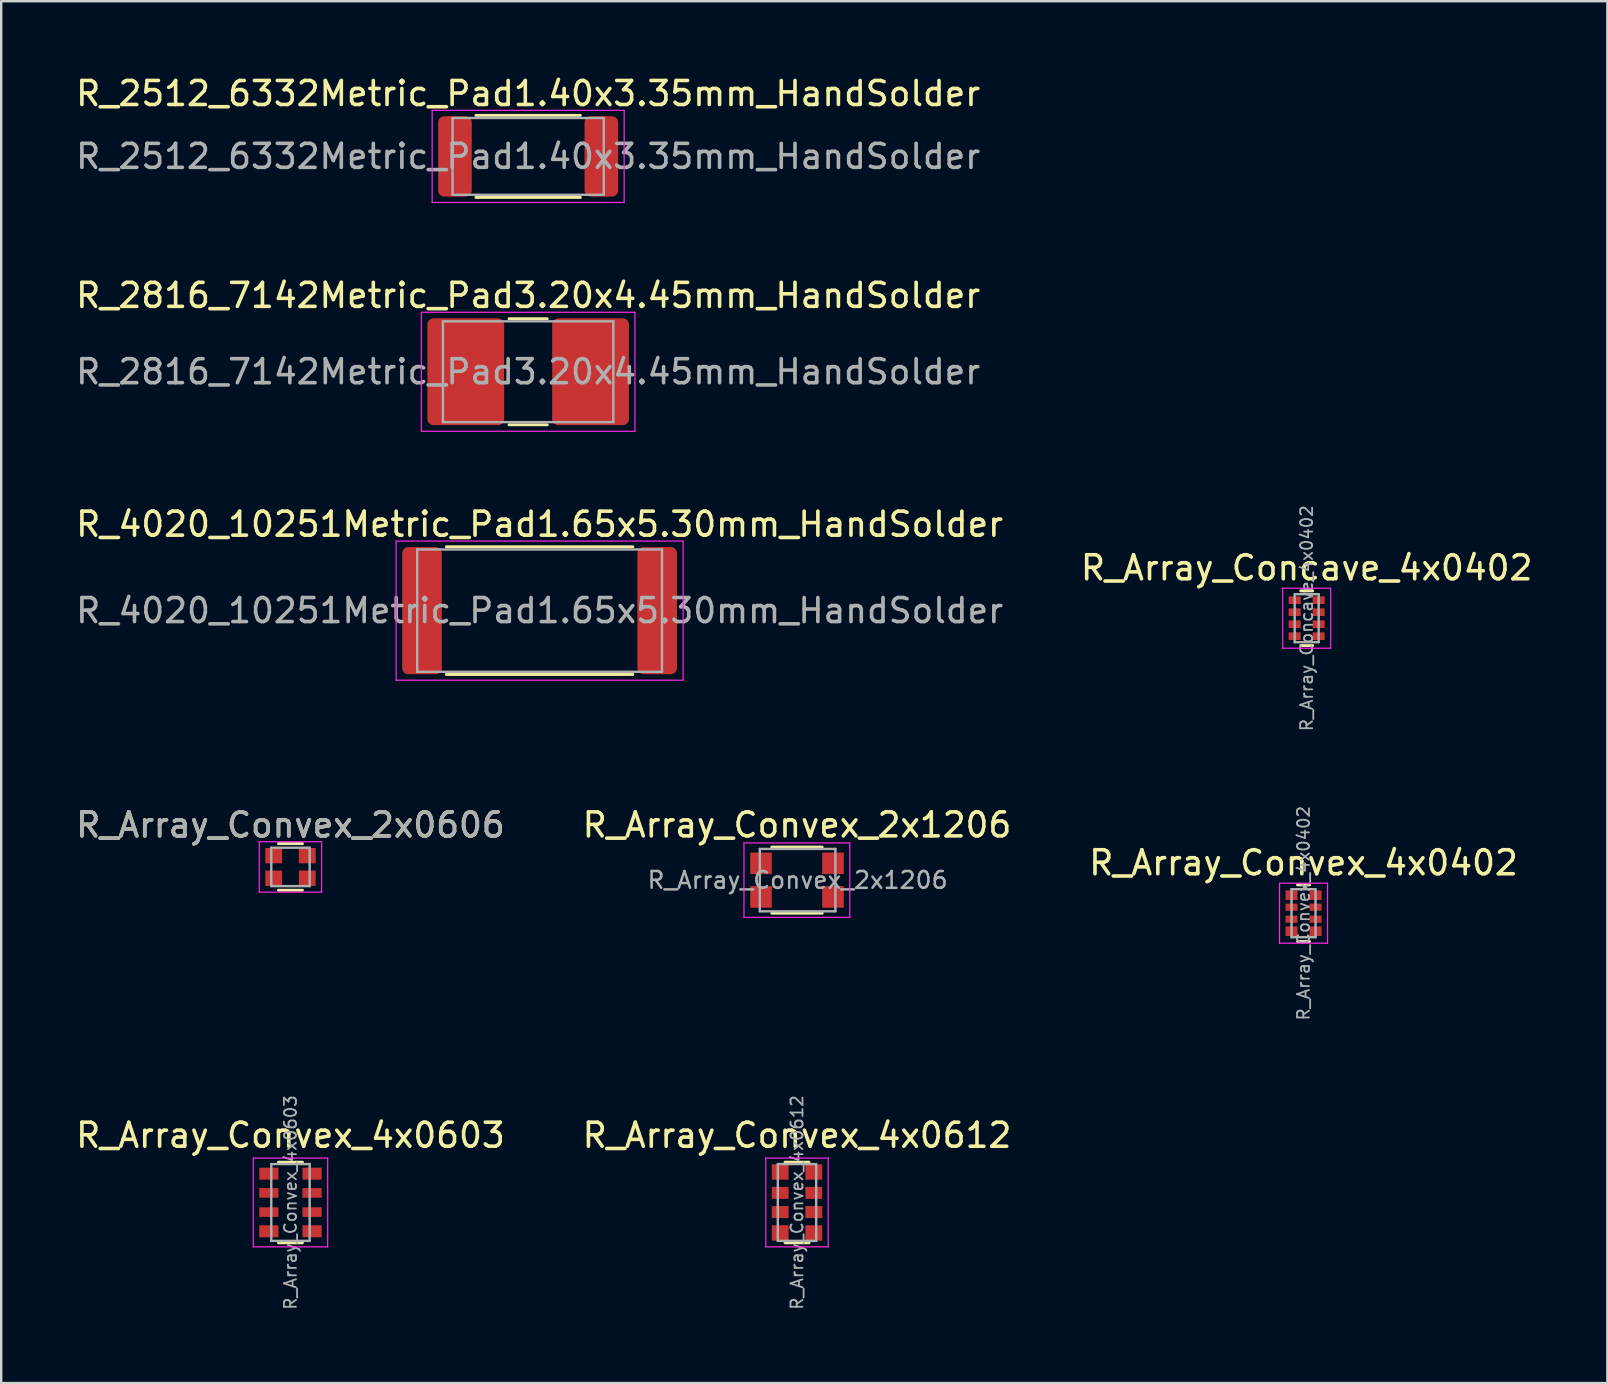
<source format=kicad_pcb>
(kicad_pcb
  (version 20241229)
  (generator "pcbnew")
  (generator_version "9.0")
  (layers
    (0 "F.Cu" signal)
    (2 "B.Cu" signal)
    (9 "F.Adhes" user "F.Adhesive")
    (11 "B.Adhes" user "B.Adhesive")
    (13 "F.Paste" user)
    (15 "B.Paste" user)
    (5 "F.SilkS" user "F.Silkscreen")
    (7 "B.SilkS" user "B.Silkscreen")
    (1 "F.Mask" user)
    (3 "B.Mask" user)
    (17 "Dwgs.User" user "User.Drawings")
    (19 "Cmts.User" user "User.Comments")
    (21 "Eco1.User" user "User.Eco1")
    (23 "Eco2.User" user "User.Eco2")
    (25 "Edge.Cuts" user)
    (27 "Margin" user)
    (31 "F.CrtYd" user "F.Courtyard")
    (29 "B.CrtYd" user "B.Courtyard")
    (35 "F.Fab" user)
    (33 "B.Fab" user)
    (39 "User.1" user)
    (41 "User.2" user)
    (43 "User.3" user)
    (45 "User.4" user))
  (footprint "R_4020_10251Metric_Pad1.65x5.30mm_HandSolder"
    (layer "F.Cu")
    (at 19.435 22.395)
    (property "Reference" "R_4020_10251Metric_Pad1.65x5.30mm_HandSolder" (at 0 -3.6 0) (layer "F.SilkS") (effects (font (size 1 1) (thickness 0.15))))
    (attr smd)
    (fp_line (start -3.886 -2.66) (end 3.886 -2.66) (stroke (width 0.12) (type solid)) (layer "F.SilkS"))
    (fp_line (start -3.886 2.66) (end 3.886 2.66) (stroke (width 0.12) (type solid)) (layer "F.SilkS"))
    (fp_line (start -5.98 -2.9) (end 5.98 -2.9) (stroke (width 0.05) (type solid)) (layer "F.CrtYd"))
    (fp_line (start -5.98 2.9) (end -5.98 -2.9) (stroke (width 0.05) (type solid)) (layer "F.CrtYd"))
    (fp_line (start 5.98 -2.9) (end 5.98 2.9) (stroke (width 0.05) (type solid)) (layer "F.CrtYd"))
    (fp_line (start 5.98 2.9) (end -5.98 2.9) (stroke (width 0.05) (type solid)) (layer "F.CrtYd"))
    (fp_line (start -5.1 -2.55) (end 5.1 -2.55) (stroke (width 0.1) (type solid)) (layer "F.Fab"))
    (fp_line (start -5.1 2.55) (end -5.1 -2.55) (stroke (width 0.1) (type solid)) (layer "F.Fab"))
    (fp_line (start 5.1 -2.55) (end 5.1 2.55) (stroke (width 0.1) (type solid)) (layer "F.Fab"))
    (fp_line (start 5.1 2.55) (end -5.1 2.55) (stroke (width 0.1) (type solid)) (layer "F.Fab"))
    (fp_text user "${REFERENCE}" (at 0 0 0) (layer "F.Fab") (effects (font (size 1 1) (thickness 0.15))))
    (pad "1" smd roundrect (at -4.9 0) (size 1.65 5.3) (layers "F.Cu" "F.Mask" "F.Paste") (roundrect_rratio 0.152))
    (pad "2" smd roundrect (at 4.9 0) (size 1.65 5.3) (layers "F.Cu" "F.Mask" "F.Paste") (roundrect_rratio 0.152)))
  (footprint "R_Array_Convex_4x0603"
    (layer "F.Cu")
    (at 9.054 47.057)
    (property "Reference" "R_Array_Convex_4x0603" (at 0 -2.8 0) (layer "F.SilkS") (effects (font (size 1 1) (thickness 0.15))))
    (attr smd)
    (fp_line (start 0.5 -1.68) (end -0.5 -1.68) (stroke (width 0.12) (type solid)) (layer "F.SilkS"))
    (fp_line (start 0.5 1.68) (end -0.5 1.68) (stroke (width 0.12) (type solid)) (layer "F.SilkS"))
    (fp_line (start -1.55 -1.85) (end -1.55 1.85) (stroke (width 0.05) (type solid)) (layer "F.CrtYd"))
    (fp_line (start -1.55 -1.85) (end 1.55 -1.85) (stroke (width 0.05) (type solid)) (layer "F.CrtYd"))
    (fp_line (start 1.55 1.85) (end -1.55 1.85) (stroke (width 0.05) (type solid)) (layer "F.CrtYd"))
    (fp_line (start 1.55 1.85) (end 1.55 -1.85) (stroke (width 0.05) (type solid)) (layer "F.CrtYd"))
    (fp_line (start -0.8 -1.6) (end 0.8 -1.6) (stroke (width 0.1) (type solid)) (layer "F.Fab"))
    (fp_line (start -0.8 1.6) (end -0.8 -1.6) (stroke (width 0.1) (type solid)) (layer "F.Fab"))
    (fp_line (start 0.8 -1.6) (end 0.8 1.6) (stroke (width 0.1) (type solid)) (layer "F.Fab"))
    (fp_line (start 0.8 1.6) (end -0.8 1.6) (stroke (width 0.1) (type solid)) (layer "F.Fab"))
    (fp_text user "${REFERENCE}" (at 0 0 90) (layer "F.Fab") (effects (font (size 0.5 0.5) (thickness 0.075))))
    (pad "1" smd rect (at -0.9 -1.2) (size 0.8 0.5) (layers "F.Cu" "F.Mask" "F.Paste"))
    (pad "2" smd rect (at -0.9 -0.4) (size 0.8 0.4) (layers "F.Cu" "F.Mask" "F.Paste"))
    (pad "3" smd rect (at -0.9 0.4) (size 0.8 0.4) (layers "F.Cu" "F.Mask" "F.Paste"))
    (pad "4" smd rect (at -0.9 1.2) (size 0.8 0.5) (layers "F.Cu" "F.Mask" "F.Paste"))
    (pad "5" smd rect (at 0.9 1.2) (size 0.8 0.5) (layers "F.Cu" "F.Mask" "F.Paste"))
    (pad "6" smd rect (at 0.9 0.4) (size 0.8 0.4) (layers "F.Cu" "F.Mask" "F.Paste"))
    (pad "7" smd rect (at 0.9 -0.4) (size 0.8 0.4) (layers "F.Cu" "F.Mask" "F.Paste"))
    (pad "8" smd rect (at 0.9 -1.2) (size 0.8 0.5) (layers "F.Cu" "F.Mask" "F.Paste")))
  (footprint "R_Array_Convex_4x0402"
    (layer "F.Cu")
    (at 51.268 35.003)
    (property "Reference" "R_Array_Convex_4x0402" (at 0 -2.1 0) (layer "F.SilkS") (effects (font (size 1 1) (thickness 0.15))))
    (attr smd)
    (fp_line (start 0.25 -1.18) (end -0.25 -1.18) (stroke (width 0.12) (type solid)) (layer "F.SilkS"))
    (fp_line (start 0.25 1.18) (end -0.25 1.18) (stroke (width 0.12) (type solid)) (layer "F.SilkS"))
    (fp_line (start -1 -1.25) (end -1 1.25) (stroke (width 0.05) (type solid)) (layer "F.CrtYd"))
    (fp_line (start -1 -1.25) (end 1 -1.25) (stroke (width 0.05) (type solid)) (layer "F.CrtYd"))
    (fp_line (start 1 1.25) (end -1 1.25) (stroke (width 0.05) (type solid)) (layer "F.CrtYd"))
    (fp_line (start 1 1.25) (end 1 -1.25) (stroke (width 0.05) (type solid)) (layer "F.CrtYd"))
    (fp_line (start -0.5 -1) (end 0.5 -1) (stroke (width 0.1) (type solid)) (layer "F.Fab"))
    (fp_line (start -0.5 1) (end -0.5 -1) (stroke (width 0.1) (type solid)) (layer "F.Fab"))
    (fp_line (start 0.5 -1) (end 0.5 1) (stroke (width 0.1) (type solid)) (layer "F.Fab"))
    (fp_line (start 0.5 1) (end -0.5 1) (stroke (width 0.1) (type solid)) (layer "F.Fab"))
    (fp_text user "${REFERENCE}" (at 0 0 90) (layer "F.Fab") (effects (font (size 0.5 0.5) (thickness 0.075))))
    (pad "1" smd rect (at -0.5 -0.75) (size 0.5 0.4) (layers "F.Cu" "F.Mask" "F.Paste"))
    (pad "2" smd rect (at -0.5 -0.25) (size 0.5 0.3) (layers "F.Cu" "F.Mask" "F.Paste"))
    (pad "3" smd rect (at -0.5 0.25) (size 0.5 0.3) (layers "F.Cu" "F.Mask" "F.Paste"))
    (pad "4" smd rect (at -0.5 0.75) (size 0.5 0.4) (layers "F.Cu" "F.Mask" "F.Paste"))
    (pad "5" smd rect (at 0.5 0.75) (size 0.5 0.4) (layers "F.Cu" "F.Mask" "F.Paste"))
    (pad "6" smd rect (at 0.5 0.25) (size 0.5 0.3) (layers "F.Cu" "F.Mask" "F.Paste"))
    (pad "7" smd rect (at 0.5 -0.25) (size 0.5 0.3) (layers "F.Cu" "F.Mask" "F.Paste"))
    (pad "8" smd rect (at 0.5 -0.75) (size 0.5 0.4) (layers "F.Cu" "F.Mask" "F.Paste")))
  (footprint "R_Array_Convex_2x1206"
    (layer "F.Cu")
    (at 30.161 33.625)
    (property "Reference" "R_Array_Convex_2x1206" (at 0 -2.3 0) (layer "F.SilkS") (effects (font (size 1 1) (thickness 0.15))))
    (attr smd)
    (fp_line (start 1.05 -1.38) (end -1.05 -1.38) (stroke (width 0.12) (type solid)) (layer "F.SilkS"))
    (fp_line (start 1.05 1.38) (end -1.05 1.38) (stroke (width 0.12) (type solid)) (layer "F.SilkS"))
    (fp_line (start -2.21 -1.55) (end -2.21 1.55) (stroke (width 0.05) (type solid)) (layer "F.CrtYd"))
    (fp_line (start -2.21 -1.55) (end 2.2 -1.55) (stroke (width 0.05) (type solid)) (layer "F.CrtYd"))
    (fp_line (start 2.2 1.55) (end -2.21 1.55) (stroke (width 0.05) (type solid)) (layer "F.CrtYd"))
    (fp_line (start 2.2 1.55) (end 2.2 -1.55) (stroke (width 0.05) (type solid)) (layer "F.CrtYd"))
    (fp_line (start -1.55 -1.3) (end 1.6 -1.3) (stroke (width 0.1) (type solid)) (layer "F.Fab"))
    (fp_line (start -1.55 1.3) (end -1.55 -1.3) (stroke (width 0.1) (type solid)) (layer "F.Fab"))
    (fp_line (start 1.6 -1.3) (end 1.6 1.3) (stroke (width 0.1) (type solid)) (layer "F.Fab"))
    (fp_line (start 1.6 1.3) (end -1.55 1.3) (stroke (width 0.1) (type solid)) (layer "F.Fab"))
    (fp_text user "${REFERENCE}" (at 0.025 0 0) (layer "F.Fab") (effects (font (size 0.7 0.7) (thickness 0.105))))
    (pad "1" smd rect (at -1.5 -0.7) (size 0.9 0.9) (layers "F.Cu" "F.Mask" "F.Paste"))
    (pad "2" smd rect (at -1.5 0.7) (size 0.9 0.9) (layers "F.Cu" "F.Mask" "F.Paste"))
    (pad "3" smd rect (at 1.5 0.7) (size 0.9 0.9) (layers "F.Cu" "F.Mask" "F.Paste"))
    (pad "4" smd rect (at 1.5 -0.7) (size 0.9 0.9) (layers "F.Cu" "F.Mask" "F.Paste")))
  (footprint "R_Array_Convex_2x0606"
    (layer "F.Cu")
    (at 9.054 33.075)
    (property "Reference" "R_Array_Convex_2x0606" (at 0 -1.75 0) (layer "F.SilkS") (effects (font (size 1 1) (thickness 0.15))))
    (attr smd)
    (fp_line (start 0.5 -0.97) (end -0.5 -0.97) (stroke (width 0.12) (type solid)) (layer "F.SilkS"))
    (fp_line (start 0.5 0.97) (end -0.5 0.97) (stroke (width 0.12) (type solid)) (layer "F.SilkS"))
    (fp_line (start -1.3 -1.05) (end -1.3 1.05) (stroke (width 0.05) (type solid)) (layer "F.CrtYd"))
    (fp_line (start -1.3 -1.05) (end 1.3 -1.05) (stroke (width 0.05) (type solid)) (layer "F.CrtYd"))
    (fp_line (start 1.3 1.05) (end -1.3 1.05) (stroke (width 0.05) (type solid)) (layer "F.CrtYd"))
    (fp_line (start 1.3 1.05) (end 1.3 -1.05) (stroke (width 0.05) (type solid)) (layer "F.CrtYd"))
    (fp_line (start -0.8 -0.8) (end 0.8 -0.8) (stroke (width 0.1) (type solid)) (layer "F.Fab"))
    (fp_line (start -0.8 0.8) (end -0.8 -0.8) (stroke (width 0.1) (type solid)) (layer "F.Fab"))
    (fp_line (start 0.8 -0.8) (end 0.8 0.8) (stroke (width 0.1) (type solid)) (layer "F.Fab"))
    (fp_line (start 0.8 0.8) (end -0.8 0.8) (stroke (width 0.1) (type solid)) (layer "F.Fab"))
    (fp_text user "${REFERENCE}" (at 0 -1.75 0) (layer "F.Fab") (effects (font (size 1 1) (thickness 0.15))))
    (pad "1" smd rect (at -0.7 -0.47) (size 0.7 0.64) (layers "F.Cu" "F.Mask" "F.Paste"))
    (pad "2" smd rect (at -0.7 0.47) (size 0.7 0.64) (layers "F.Cu" "F.Mask" "F.Paste"))
    (pad "3" smd rect (at 0.7 0.47) (size 0.7 0.64) (layers "F.Cu" "F.Mask" "F.Paste"))
    (pad "4" smd rect (at 0.7 -0.47) (size 0.7 0.64) (layers "F.Cu" "F.Mask" "F.Paste")))
  (footprint "R_2816_7142Metric_Pad3.20x4.45mm_HandSolder"
    (layer "F.Cu")
    (at 18.958 12.441)
    (property "Reference" "R_2816_7142Metric_Pad3.20x4.45mm_HandSolder" (at 0 -3.18 0) (layer "F.SilkS") (effects (font (size 1 1) (thickness 0.15))))
    (attr smd)
    (fp_line (start -0.797 -2.21) (end 0.797 -2.21) (stroke (width 0.12) (type solid)) (layer "F.SilkS"))
    (fp_line (start -0.797 2.21) (end 0.797 2.21) (stroke (width 0.12) (type solid)) (layer "F.SilkS"))
    (fp_line (start -4.45 -2.48) (end 4.45 -2.48) (stroke (width 0.05) (type solid)) (layer "F.CrtYd"))
    (fp_line (start -4.45 2.48) (end -4.45 -2.48) (stroke (width 0.05) (type solid)) (layer "F.CrtYd"))
    (fp_line (start 4.45 -2.48) (end 4.45 2.48) (stroke (width 0.05) (type solid)) (layer "F.CrtYd"))
    (fp_line (start 4.45 2.48) (end -4.45 2.48) (stroke (width 0.05) (type solid)) (layer "F.CrtYd"))
    (fp_line (start -3.55 -2.1) (end 3.55 -2.1) (stroke (width 0.1) (type solid)) (layer "F.Fab"))
    (fp_line (start -3.55 2.1) (end -3.55 -2.1) (stroke (width 0.1) (type solid)) (layer "F.Fab"))
    (fp_line (start 3.55 -2.1) (end 3.55 2.1) (stroke (width 0.1) (type solid)) (layer "F.Fab"))
    (fp_line (start 3.55 2.1) (end -3.55 2.1) (stroke (width 0.1) (type solid)) (layer "F.Fab"))
    (fp_text user "${REFERENCE}" (at 0 0 0) (layer "F.Fab") (effects (font (size 1 1) (thickness 0.15))))
    (pad "1" smd roundrect (at -2.6 0) (size 3.2 4.45) (layers "F.Cu" "F.Mask" "F.Paste") (roundrect_rratio 0.078))
    (pad "2" smd roundrect (at 2.6 0) (size 3.2 4.45) (layers "F.Cu" "F.Mask" "F.Paste") (roundrect_rratio 0.078)))
  (footprint "R_2512_6332Metric_Pad1.40x3.35mm_HandSolder"
    (layer "F.Cu")
    (at 18.958 3.468)
    (property "Reference" "R_2512_6332Metric_Pad1.40x3.35mm_HandSolder" (at 0 -2.62 0) (layer "F.SilkS") (effects (font (size 1 1) (thickness 0.15))))
    (attr smd)
    (fp_line (start -2.177 -1.71) (end 2.177 -1.71) (stroke (width 0.12) (type solid)) (layer "F.SilkS"))
    (fp_line (start -2.177 1.71) (end 2.177 1.71) (stroke (width 0.12) (type solid)) (layer "F.SilkS"))
    (fp_line (start -4 -1.92) (end 4 -1.92) (stroke (width 0.05) (type solid)) (layer "F.CrtYd"))
    (fp_line (start -4 1.92) (end -4 -1.92) (stroke (width 0.05) (type solid)) (layer "F.CrtYd"))
    (fp_line (start 4 -1.92) (end 4 1.92) (stroke (width 0.05) (type solid)) (layer "F.CrtYd"))
    (fp_line (start 4 1.92) (end -4 1.92) (stroke (width 0.05) (type solid)) (layer "F.CrtYd"))
    (fp_line (start -3.15 -1.6) (end 3.15 -1.6) (stroke (width 0.1) (type solid)) (layer "F.Fab"))
    (fp_line (start -3.15 1.6) (end -3.15 -1.6) (stroke (width 0.1) (type solid)) (layer "F.Fab"))
    (fp_line (start 3.15 -1.6) (end 3.15 1.6) (stroke (width 0.1) (type solid)) (layer "F.Fab"))
    (fp_line (start 3.15 1.6) (end -3.15 1.6) (stroke (width 0.1) (type solid)) (layer "F.Fab"))
    (fp_text user "${REFERENCE}" (at 0 0 0) (layer "F.Fab") (effects (font (size 1 1) (thickness 0.15))))
    (pad "1" smd roundrect (at -3.05 0) (size 1.4 3.35) (layers "F.Cu" "F.Mask" "F.Paste") (roundrect_rratio 0.179))
    (pad "2" smd roundrect (at 3.05 0) (size 1.4 3.35) (layers "F.Cu" "F.Mask" "F.Paste") (roundrect_rratio 0.179)))
  (footprint "R_Array_Convex_4x0612"
    (layer "F.Cu")
    (at 30.161 47.057)
    (property "Reference" "R_Array_Convex_4x0612" (at 0 -2.8 0) (layer "F.SilkS") (effects (font (size 1 1) (thickness 0.15))))
    (attr smd)
    (fp_line (start 0.5 -1.68) (end -0.5 -1.68) (stroke (width 0.12) (type solid)) (layer "F.SilkS"))
    (fp_line (start 0.5 1.68) (end -0.5 1.68) (stroke (width 0.12) (type solid)) (layer "F.SilkS"))
    (fp_line (start -1.3 -1.85) (end -1.3 1.85) (stroke (width 0.05) (type solid)) (layer "F.CrtYd"))
    (fp_line (start -1.3 -1.85) (end 1.3 -1.85) (stroke (width 0.05) (type solid)) (layer "F.CrtYd"))
    (fp_line (start 1.3 1.85) (end -1.3 1.85) (stroke (width 0.05) (type solid)) (layer "F.CrtYd"))
    (fp_line (start 1.3 1.85) (end 1.3 -1.85) (stroke (width 0.05) (type solid)) (layer "F.CrtYd"))
    (fp_line (start -0.8 -1.6) (end 0.8 -1.6) (stroke (width 0.1) (type solid)) (layer "F.Fab"))
    (fp_line (start -0.8 1.6) (end -0.8 -1.6) (stroke (width 0.1) (type solid)) (layer "F.Fab"))
    (fp_line (start 0.8 -1.6) (end 0.8 1.6) (stroke (width 0.1) (type solid)) (layer "F.Fab"))
    (fp_line (start 0.8 1.6) (end -0.8 1.6) (stroke (width 0.1) (type solid)) (layer "F.Fab"))
    (fp_text user "${REFERENCE}" (at 0 0 90) (layer "F.Fab") (effects (font (size 0.5 0.5) (thickness 0.075))))
    (pad "1" smd rect (at -0.7 -1.27) (size 0.7 0.64) (layers "F.Cu" "F.Mask" "F.Paste"))
    (pad "2" smd rect (at -0.7 -0.4) (size 0.7 0.5) (layers "F.Cu" "F.Mask" "F.Paste"))
    (pad "3" smd rect (at -0.7 0.4) (size 0.7 0.5) (layers "F.Cu" "F.Mask" "F.Paste"))
    (pad "4" smd rect (at -0.7 1.27) (size 0.7 0.64) (layers "F.Cu" "F.Mask" "F.Paste"))
    (pad "5" smd rect (at 0.7 1.27) (size 0.7 0.64) (layers "F.Cu" "F.Mask" "F.Paste"))
    (pad "6" smd rect (at 0.7 0.4) (size 0.7 0.5) (layers "F.Cu" "F.Mask" "F.Paste"))
    (pad "7" smd rect (at 0.7 -0.4) (size 0.7 0.5) (layers "F.Cu" "F.Mask" "F.Paste"))
    (pad "8" smd rect (at 0.7 -1.27) (size 0.7 0.64) (layers "F.Cu" "F.Mask" "F.Paste")))
  (footprint "R_Array_Concave_4x0402"
    (layer "F.Cu")
    (at 51.399 22.711)
    (property "Reference" "R_Array_Concave_4x0402" (at 0 -2.1 0) (layer "F.SilkS") (effects (font (size 1 1) (thickness 0.15))))
    (attr smd)
    (fp_line (start 0.25 -1.14) (end -0.25 -1.14) (stroke (width 0.12) (type solid)) (layer "F.SilkS"))
    (fp_line (start 0.25 1.14) (end -0.25 1.14) (stroke (width 0.12) (type solid)) (layer "F.SilkS"))
    (fp_line (start -1 -1.25) (end -1 1.25) (stroke (width 0.05) (type solid)) (layer "F.CrtYd"))
    (fp_line (start -1 -1.25) (end 1 -1.25) (stroke (width 0.05) (type solid)) (layer "F.CrtYd"))
    (fp_line (start 1 1.25) (end -1 1.25) (stroke (width 0.05) (type solid)) (layer "F.CrtYd"))
    (fp_line (start 1 1.25) (end 1 -1.25) (stroke (width 0.05) (type solid)) (layer "F.CrtYd"))
    (fp_line (start -0.5 -1) (end 0.5 -1) (stroke (width 0.1) (type solid)) (layer "F.Fab"))
    (fp_line (start -0.5 1) (end -0.5 -1) (stroke (width 0.1) (type solid)) (layer "F.Fab"))
    (fp_line (start 0.5 -1) (end 0.5 1) (stroke (width 0.1) (type solid)) (layer "F.Fab"))
    (fp_line (start 0.5 1) (end -0.5 1) (stroke (width 0.1) (type solid)) (layer "F.Fab"))
    (fp_text user "${REFERENCE}" (at 0 0 90) (layer "F.Fab") (effects (font (size 0.5 0.5) (thickness 0.075))))
    (pad "1" smd rect (at -0.5 -0.75) (size 0.5 0.32) (layers "F.Cu" "F.Mask" "F.Paste"))
    (pad "2" smd rect (at -0.5 -0.25) (size 0.5 0.32) (layers "F.Cu" "F.Mask" "F.Paste"))
    (pad "3" smd rect (at -0.5 0.25) (size 0.5 0.32) (layers "F.Cu" "F.Mask" "F.Paste"))
    (pad "4" smd rect (at -0.5 0.75) (size 0.5 0.32) (layers "F.Cu" "F.Mask" "F.Paste"))
    (pad "5" smd rect (at 0.5 0.75) (size 0.5 0.32) (layers "F.Cu" "F.Mask" "F.Paste"))
    (pad "6" smd rect (at 0.5 0.25) (size 0.5 0.32) (layers "F.Cu" "F.Mask" "F.Paste"))
    (pad "7" smd rect (at 0.5 -0.25) (size 0.5 0.32) (layers "F.Cu" "F.Mask" "F.Paste"))
    (pad "8" smd rect (at 0.5 -0.75) (size 0.5 0.32) (layers "F.Cu" "F.Mask" "F.Paste")))
  (gr_rect
    (start -3 -3)
    (end 63.929 54.583)
    (stroke (width 0.1) (type default))
    (fill no)
    (layer "Edge.Cuts")))
</source>
